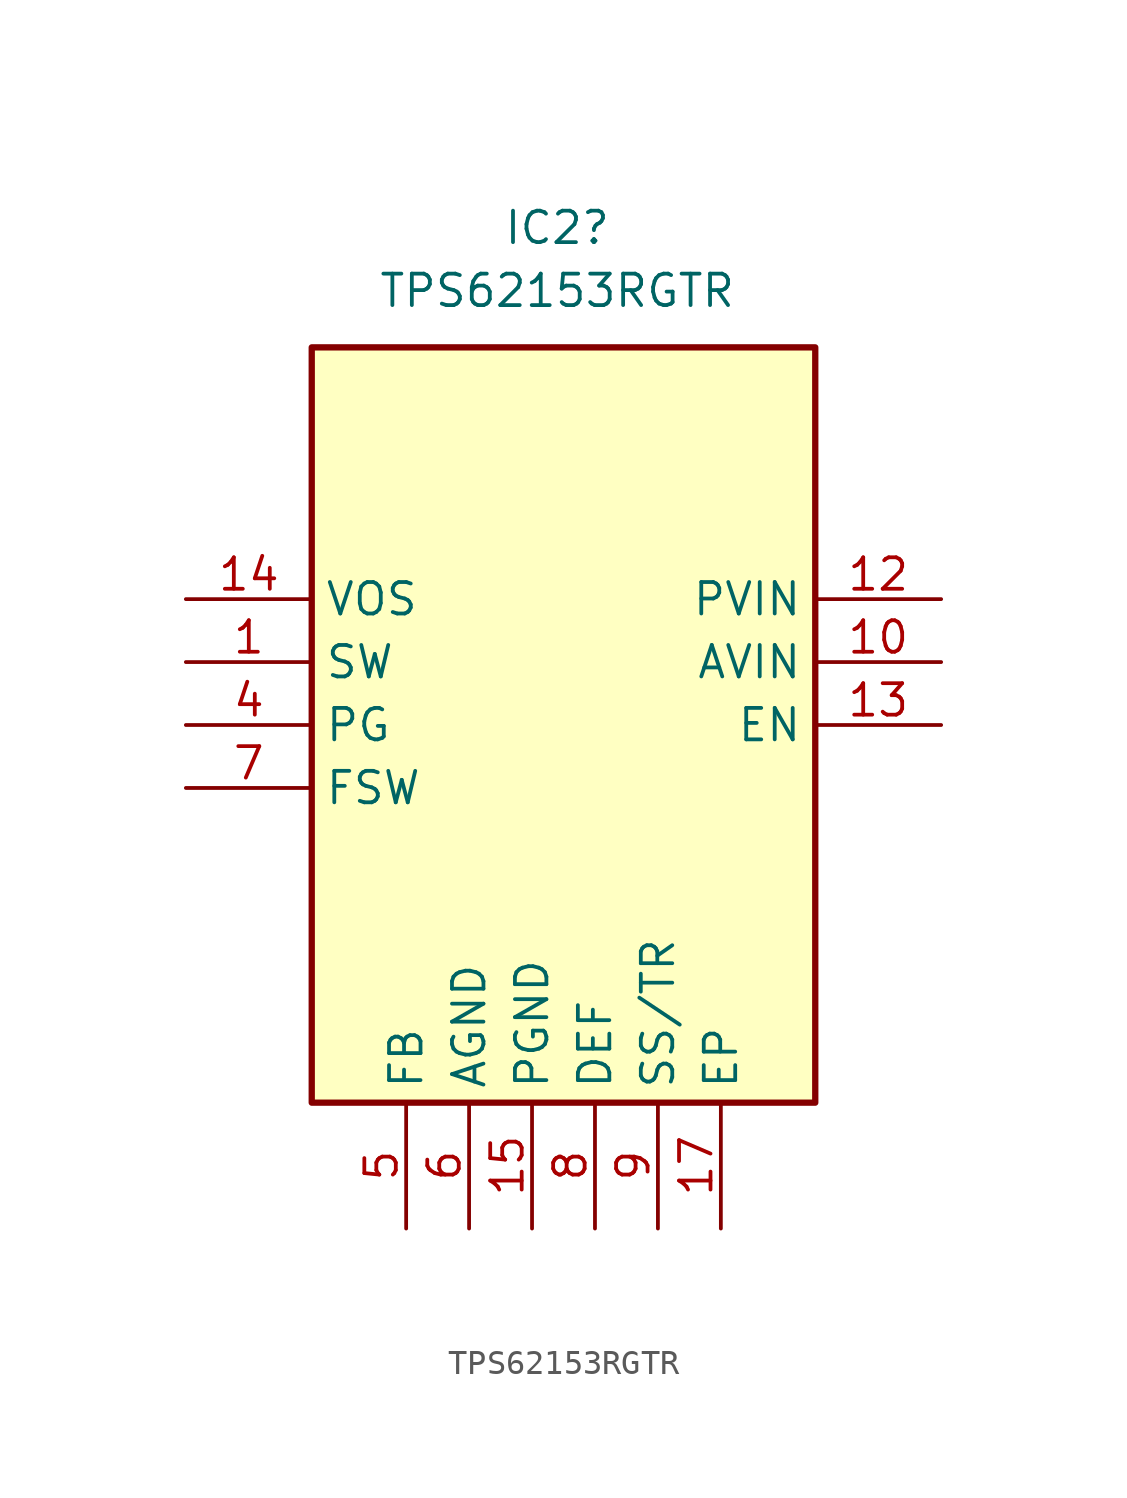
<source format=kicad_sym>
(kicad_symbol_lib
  (version 20241209)
  (generator "kicad_symbol_editor")
  (generator_version "9.0")
  (symbol "TPS62153RGTR"
    (property "Reference" "IC2"
      (at 14.986 17.526 0)
      (effects (font (size 1.27 1.27))))
    (property "Value" "TPS62153RGTR"
      (at 14.986 14.986 0)
      (effects (font (size 1.27 1.27))))
    (symbol "TPS62153RGTR_1_1"
      (rectangle (start 5.08 12.7) (end 25.4 -17.78) (stroke (width 0.254) (type default)) (fill (type background)))
      (pin input line (at 0 2.54 0) (length 5.08) (name "VOS" (effects (font (size 1.27 1.27)))) (number "14" (effects (font (size 1.27 1.27)))))
      (pin power_out line (at 0 0 0) (length 5.08) (name "SW" (effects (font (size 1.27 1.27)))) (number "1" (effects (font (size 1.27 1.27)))))
      (pin passive line (at 0 -2.54 0) (length 5.08) (name "PG" (effects (font (size 1.27 1.27)))) (number "4" (effects (font (size 1.27 1.27)))))
      (pin input line (at 0 -5.08 0) (length 5.08) (name "FSW" (effects (font (size 1.27 1.27)))) (number "7" (effects (font (size 1.27 1.27)))))
      (pin input line (at 8.89 -22.86 90) (length 5.08) (name "FB" (effects (font (size 1.27 1.27)))) (number "5" (effects (font (size 1.27 1.27)))))
      (pin power_in line (at 11.43 -22.86 90) (length 5.08) (name "AGND" (effects (font (size 1.27 1.27)))) (number "6" (effects (font (size 1.27 1.27)))))
      (pin power_in line (at 13.97 -22.86 90) (length 5.08) (name "PGND" (effects (font (size 1.27 1.27)))) (number "15" (effects (font (size 1.27 1.27)))))
      (pin input line (at 16.51 -22.86 90) (length 5.08) (name "DEF" (effects (font (size 1.27 1.27)))) (number "8" (effects (font (size 1.27 1.27)))))
      (pin input line (at 19.05 -22.86 90) (length 5.08) (name "SS/TR" (effects (font (size 1.27 1.27)))) (number "9" (effects (font (size 1.27 1.27)))))
      (pin passive line (at 21.59 -22.86 90) (length 5.08) (name "EP" (effects (font (size 1.27 1.27)))) (number "17" (effects (font (size 1.27 1.27)))))
      (pin power_in line (at 30.48 2.54 180) (length 5.08) (name "PVIN" (effects (font (size 1.27 1.27)))) (number "12" (effects (font (size 1.27 1.27)))))
      (pin power_in line (at 30.48 0 180) (length 5.08) (name "AVIN" (effects (font (size 1.27 1.27)))) (number "10" (effects (font (size 1.27 1.27)))))
      (pin input line (at 30.48 -2.54 180) (length 5.08) (name "EN" (effects (font (size 1.27 1.27)))) (number "13" (effects (font (size 1.27 1.27))))))))
</source>
